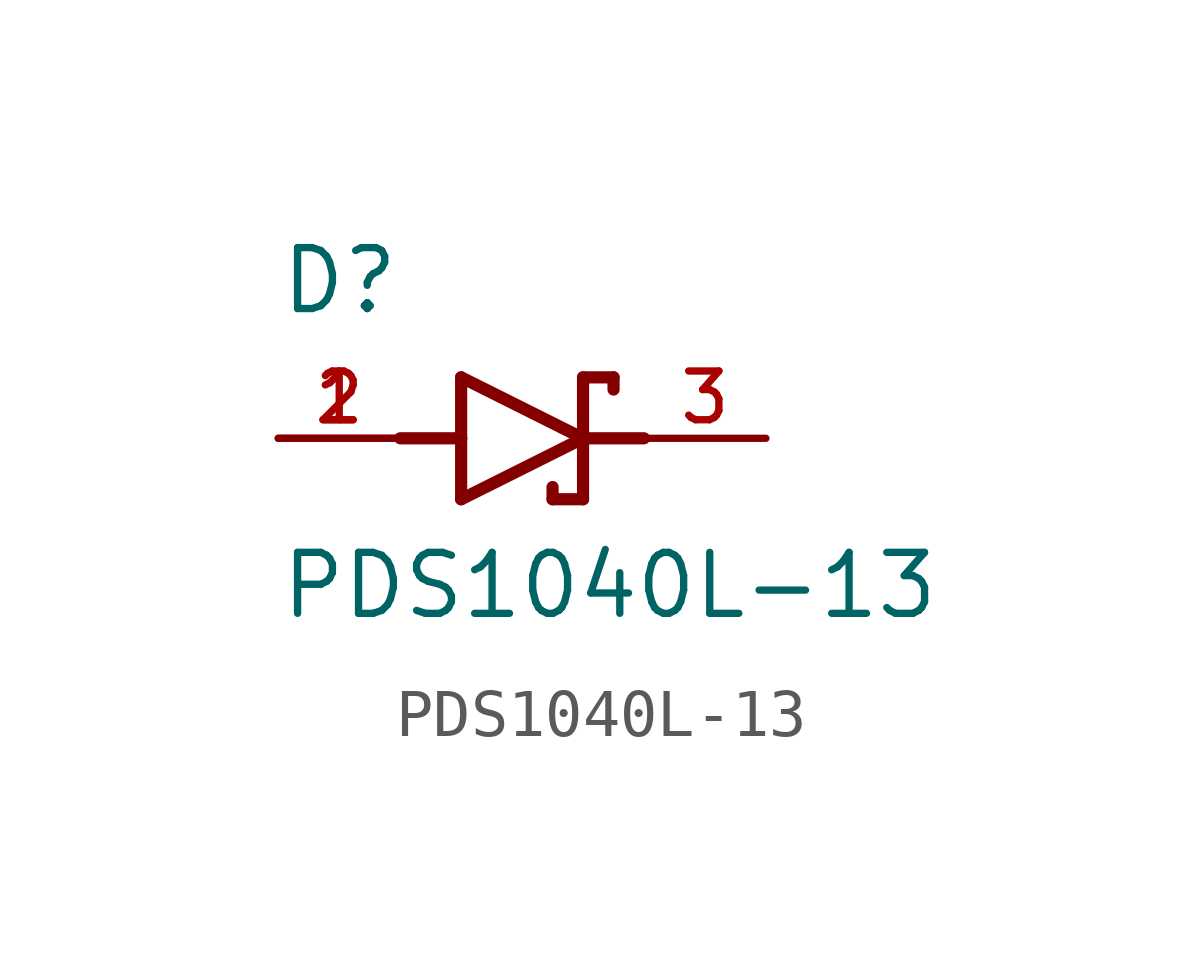
<source format=kicad_sym>
(kicad_symbol_lib
  (version 20211014)
  (generator kicad_symbol_editor)
  (symbol "PDS1040L-13"
    (pin_names
      (offset 1.016))
    (property "Reference" "D"
      (at -5.08 2.54 0)
      (effects (font (size 1.27 1.27)) (justify bottom left)))
    (property "Value" "PDS1040L-13"
      (at -5.08 -3.81 0)
      (effects (font (size 1.27 1.27)) (justify bottom left)))
    (symbol "PDS1040L-13_0_0"
      (polyline (pts (xy -1.27 -1.27) (xy 1.27 0.0)) (stroke (width 0.254)))
      (polyline (pts (xy 1.27 0.0) (xy -1.27 1.27)) (stroke (width 0.254)))
      (polyline (pts (xy 1.905 1.27) (xy 1.27 1.27)) (stroke (width 0.254)))
      (polyline (pts (xy 1.27 1.27) (xy 1.27 0.0)) (stroke (width 0.254)))
      (polyline (pts (xy -1.27 1.27) (xy -1.27 0.0)) (stroke (width 0.254)))
      (polyline (pts (xy -1.27 0.0) (xy -1.27 -1.27)) (stroke (width 0.254)))
      (polyline (pts (xy 1.27 0.0) (xy 1.27 -1.27)) (stroke (width 0.254)))
      (polyline (pts (xy 1.905 1.27) (xy 1.905 1.016)) (stroke (width 0.254)))
      (polyline (pts (xy 1.27 -1.27) (xy 0.635 -1.27)) (stroke (width 0.254)))
      (polyline (pts (xy 0.635 -1.016) (xy 0.635 -1.27)) (stroke (width 0.254)))
      (polyline (pts (xy -2.54 0.0) (xy -1.27 0.0)) (stroke (width 0.254)))
      (polyline (pts (xy 2.54 0.0) (xy 1.27 0.0)) (stroke (width 0.254)))
      (pin passive line (at 5.08 0.0 180.0) (length 2.54) (name "~" (effects (font (size 1.016 1.016)))) (number "3" (effects (font (size 1.016 1.016)))))
      (pin passive line (at -5.08 0.0 0) (length 2.54) (name "~" (effects (font (size 1.016 1.016)))) (number "1" (effects (font (size 1.016 1.016)))))
      (pin passive line (at -5.08 0.0 0) (length 2.54) (name "~" (effects (font (size 1.016 1.016)))) (number "2" (effects (font (size 1.016 1.016))))))))
</source>
